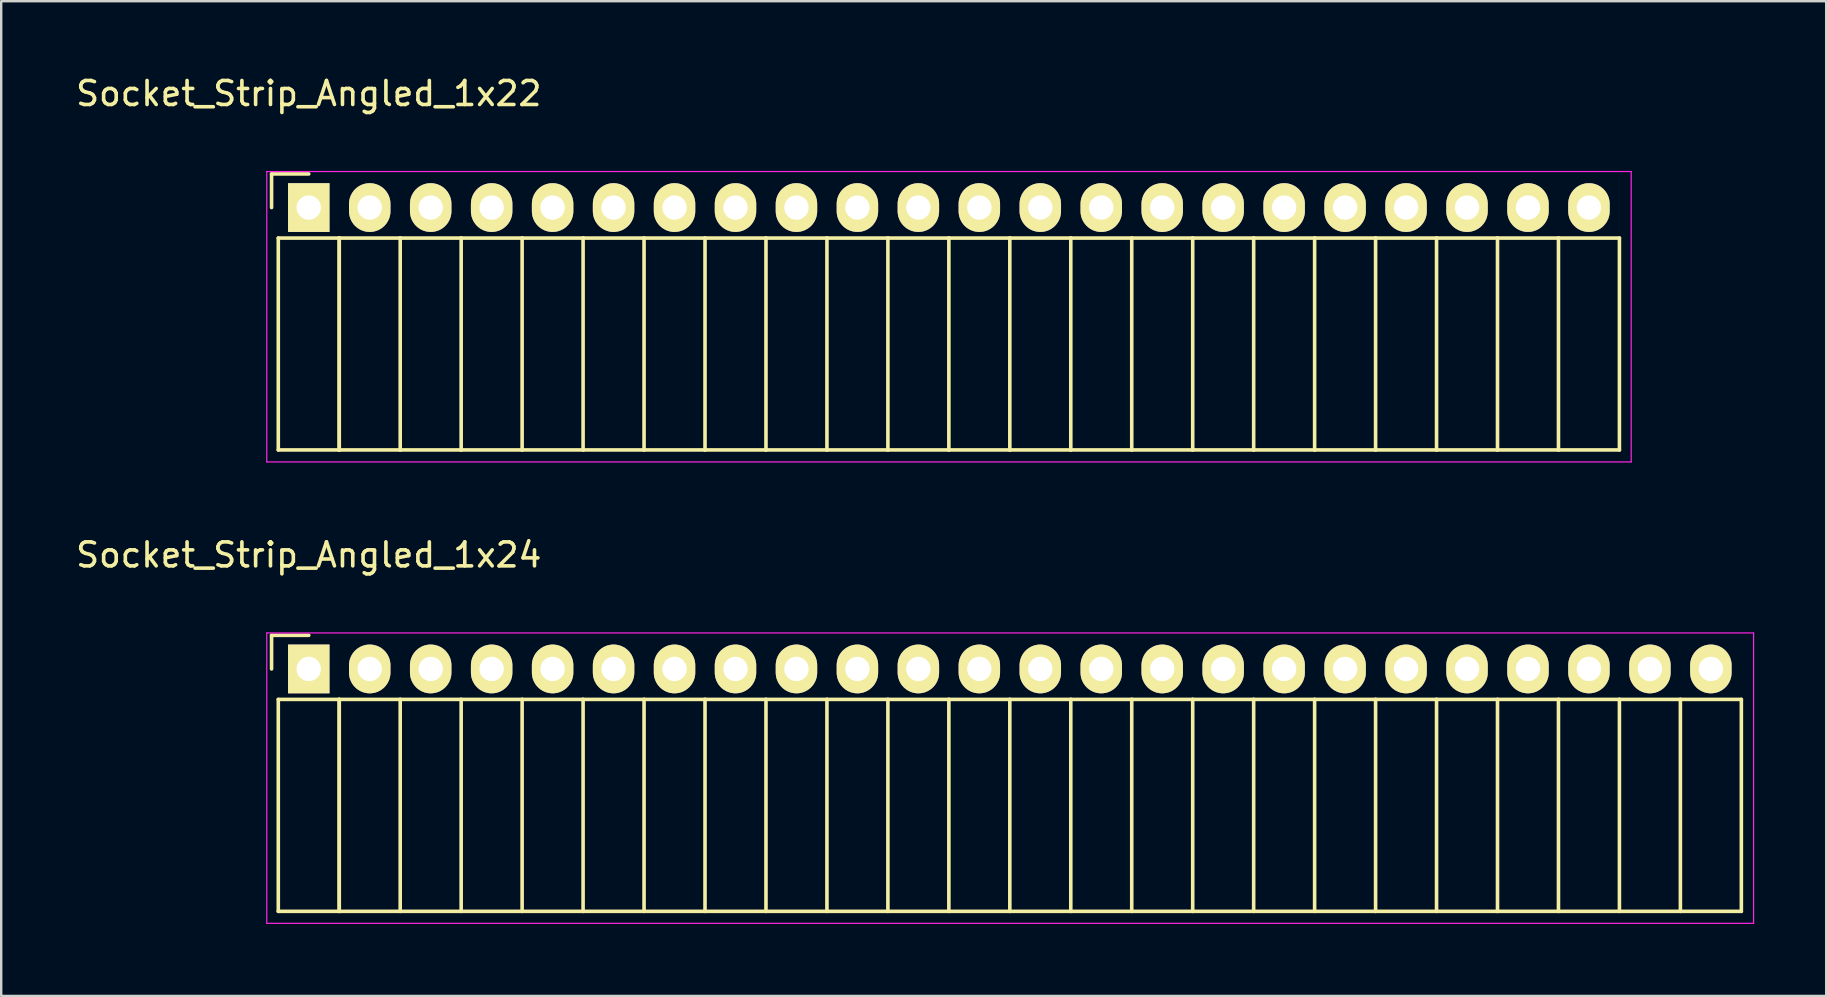
<source format=kicad_pcb>
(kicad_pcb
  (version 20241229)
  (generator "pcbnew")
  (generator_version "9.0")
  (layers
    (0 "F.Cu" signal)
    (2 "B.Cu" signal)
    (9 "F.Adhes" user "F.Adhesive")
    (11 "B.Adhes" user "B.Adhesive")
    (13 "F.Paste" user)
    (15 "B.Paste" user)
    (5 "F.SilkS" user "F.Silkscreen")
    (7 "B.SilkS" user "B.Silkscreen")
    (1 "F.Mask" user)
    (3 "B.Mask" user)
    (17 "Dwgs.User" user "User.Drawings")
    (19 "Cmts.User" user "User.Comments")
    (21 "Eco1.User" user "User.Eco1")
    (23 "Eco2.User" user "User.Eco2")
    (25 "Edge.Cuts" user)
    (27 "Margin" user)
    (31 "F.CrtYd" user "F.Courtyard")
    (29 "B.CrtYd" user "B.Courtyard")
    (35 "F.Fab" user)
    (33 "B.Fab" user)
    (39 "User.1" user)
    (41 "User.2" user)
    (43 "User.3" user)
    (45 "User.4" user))
  (footprint "Socket_Strip_Angled_1x24"
    (layer "F.Cu")
    (at 9.815 24.822)
    (property "Reference" "Socket_Strip_Angled_1x24" (at 0 -4.75 0) (layer "F.SilkS") (effects (font (size 1 1) (thickness 0.15))))
    (attr through_hole)
    (fp_line (start -1.55 -1.4) (end -1.55 0) (stroke (width 0.15) (type solid)) (layer "F.SilkS"))
    (fp_line (start -1.27 1.27) (end -1.27 10.1) (stroke (width 0.15) (type solid)) (layer "F.SilkS"))
    (fp_line (start -1.27 1.27) (end 1.27 1.27) (stroke (width 0.15) (type solid)) (layer "F.SilkS"))
    (fp_line (start -1.27 10.1) (end 1.27 10.1) (stroke (width 0.15) (type solid)) (layer "F.SilkS"))
    (fp_line (start 0 -1.4) (end -1.55 -1.4) (stroke (width 0.15) (type solid)) (layer "F.SilkS"))
    (fp_line (start 1.27 1.27) (end 1.27 10.1) (stroke (width 0.15) (type solid)) (layer "F.SilkS"))
    (fp_line (start 1.27 1.27) (end 3.81 1.27) (stroke (width 0.15) (type solid)) (layer "F.SilkS"))
    (fp_line (start 1.27 10.1) (end 1.27 1.27) (stroke (width 0.15) (type solid)) (layer "F.SilkS"))
    (fp_line (start 1.27 10.1) (end 3.81 10.1) (stroke (width 0.15) (type solid)) (layer "F.SilkS"))
    (fp_line (start 3.81 1.27) (end 6.35 1.27) (stroke (width 0.15) (type solid)) (layer "F.SilkS"))
    (fp_line (start 3.81 10.1) (end 3.81 1.27) (stroke (width 0.15) (type solid)) (layer "F.SilkS"))
    (fp_line (start 3.81 10.1) (end 6.35 10.1) (stroke (width 0.15) (type solid)) (layer "F.SilkS"))
    (fp_line (start 6.35 1.27) (end 8.89 1.27) (stroke (width 0.15) (type solid)) (layer "F.SilkS"))
    (fp_line (start 6.35 10.1) (end 6.35 1.27) (stroke (width 0.15) (type solid)) (layer "F.SilkS"))
    (fp_line (start 6.35 10.1) (end 8.89 10.1) (stroke (width 0.15) (type solid)) (layer "F.SilkS"))
    (fp_line (start 8.89 1.27) (end 11.43 1.27) (stroke (width 0.15) (type solid)) (layer "F.SilkS"))
    (fp_line (start 8.89 10.1) (end 8.89 1.27) (stroke (width 0.15) (type solid)) (layer "F.SilkS"))
    (fp_line (start 8.89 10.1) (end 11.43 10.1) (stroke (width 0.15) (type solid)) (layer "F.SilkS"))
    (fp_line (start 11.43 1.27) (end 13.97 1.27) (stroke (width 0.15) (type solid)) (layer "F.SilkS"))
    (fp_line (start 11.43 10.1) (end 11.43 1.27) (stroke (width 0.15) (type solid)) (layer "F.SilkS"))
    (fp_line (start 11.43 10.1) (end 13.97 10.1) (stroke (width 0.15) (type solid)) (layer "F.SilkS"))
    (fp_line (start 13.97 1.27) (end 16.51 1.27) (stroke (width 0.15) (type solid)) (layer "F.SilkS"))
    (fp_line (start 13.97 10.1) (end 13.97 1.27) (stroke (width 0.15) (type solid)) (layer "F.SilkS"))
    (fp_line (start 13.97 10.1) (end 16.51 10.1) (stroke (width 0.15) (type solid)) (layer "F.SilkS"))
    (fp_line (start 16.51 1.27) (end 19.05 1.27) (stroke (width 0.15) (type solid)) (layer "F.SilkS"))
    (fp_line (start 16.51 10.1) (end 16.51 1.27) (stroke (width 0.15) (type solid)) (layer "F.SilkS"))
    (fp_line (start 16.51 10.1) (end 19.05 10.1) (stroke (width 0.15) (type solid)) (layer "F.SilkS"))
    (fp_line (start 19.05 1.27) (end 21.59 1.27) (stroke (width 0.15) (type solid)) (layer "F.SilkS"))
    (fp_line (start 19.05 10.1) (end 19.05 1.27) (stroke (width 0.15) (type solid)) (layer "F.SilkS"))
    (fp_line (start 19.05 10.1) (end 21.59 10.1) (stroke (width 0.15) (type solid)) (layer "F.SilkS"))
    (fp_line (start 21.59 1.27) (end 24.13 1.27) (stroke (width 0.15) (type solid)) (layer "F.SilkS"))
    (fp_line (start 21.59 10.1) (end 21.59 1.27) (stroke (width 0.15) (type solid)) (layer "F.SilkS"))
    (fp_line (start 21.59 10.1) (end 24.13 10.1) (stroke (width 0.15) (type solid)) (layer "F.SilkS"))
    (fp_line (start 24.13 1.27) (end 26.67 1.27) (stroke (width 0.15) (type solid)) (layer "F.SilkS"))
    (fp_line (start 24.13 10.1) (end 24.13 1.27) (stroke (width 0.15) (type solid)) (layer "F.SilkS"))
    (fp_line (start 24.13 10.1) (end 26.67 10.1) (stroke (width 0.15) (type solid)) (layer "F.SilkS"))
    (fp_line (start 26.67 1.27) (end 29.21 1.27) (stroke (width 0.15) (type solid)) (layer "F.SilkS"))
    (fp_line (start 26.67 10.1) (end 26.67 1.27) (stroke (width 0.15) (type solid)) (layer "F.SilkS"))
    (fp_line (start 26.67 10.1) (end 29.21 10.1) (stroke (width 0.15) (type solid)) (layer "F.SilkS"))
    (fp_line (start 29.21 1.27) (end 31.75 1.27) (stroke (width 0.15) (type solid)) (layer "F.SilkS"))
    (fp_line (start 29.21 10.1) (end 29.21 1.27) (stroke (width 0.15) (type solid)) (layer "F.SilkS"))
    (fp_line (start 29.21 10.1) (end 31.75 10.1) (stroke (width 0.15) (type solid)) (layer "F.SilkS"))
    (fp_line (start 31.75 1.27) (end 34.29 1.27) (stroke (width 0.15) (type solid)) (layer "F.SilkS"))
    (fp_line (start 31.75 10.1) (end 31.75 1.27) (stroke (width 0.15) (type solid)) (layer "F.SilkS"))
    (fp_line (start 31.75 10.1) (end 34.29 10.1) (stroke (width 0.15) (type solid)) (layer "F.SilkS"))
    (fp_line (start 34.29 1.27) (end 36.83 1.27) (stroke (width 0.15) (type solid)) (layer "F.SilkS"))
    (fp_line (start 34.29 10.1) (end 34.29 1.27) (stroke (width 0.15) (type solid)) (layer "F.SilkS"))
    (fp_line (start 34.29 10.1) (end 36.83 10.1) (stroke (width 0.15) (type solid)) (layer "F.SilkS"))
    (fp_line (start 36.83 1.27) (end 39.37 1.27) (stroke (width 0.15) (type solid)) (layer "F.SilkS"))
    (fp_line (start 36.83 10.1) (end 36.83 1.27) (stroke (width 0.15) (type solid)) (layer "F.SilkS"))
    (fp_line (start 36.83 10.1) (end 39.37 10.1) (stroke (width 0.15) (type solid)) (layer "F.SilkS"))
    (fp_line (start 39.37 1.27) (end 41.91 1.27) (stroke (width 0.15) (type solid)) (layer "F.SilkS"))
    (fp_line (start 39.37 10.1) (end 39.37 1.27) (stroke (width 0.15) (type solid)) (layer "F.SilkS"))
    (fp_line (start 39.37 10.1) (end 41.91 10.1) (stroke (width 0.15) (type solid)) (layer "F.SilkS"))
    (fp_line (start 41.91 1.27) (end 44.45 1.27) (stroke (width 0.15) (type solid)) (layer "F.SilkS"))
    (fp_line (start 41.91 10.1) (end 41.91 1.27) (stroke (width 0.15) (type solid)) (layer "F.SilkS"))
    (fp_line (start 41.91 10.1) (end 44.45 10.1) (stroke (width 0.15) (type solid)) (layer "F.SilkS"))
    (fp_line (start 44.45 1.27) (end 46.99 1.27) (stroke (width 0.15) (type solid)) (layer "F.SilkS"))
    (fp_line (start 44.45 10.1) (end 44.45 1.27) (stroke (width 0.15) (type solid)) (layer "F.SilkS"))
    (fp_line (start 44.45 10.1) (end 46.99 10.1) (stroke (width 0.15) (type solid)) (layer "F.SilkS"))
    (fp_line (start 46.99 1.27) (end 49.53 1.27) (stroke (width 0.15) (type solid)) (layer "F.SilkS"))
    (fp_line (start 46.99 10.1) (end 46.99 1.27) (stroke (width 0.15) (type solid)) (layer "F.SilkS"))
    (fp_line (start 46.99 10.1) (end 49.53 10.1) (stroke (width 0.15) (type solid)) (layer "F.SilkS"))
    (fp_line (start 49.53 1.27) (end 52.07 1.27) (stroke (width 0.15) (type solid)) (layer "F.SilkS"))
    (fp_line (start 49.53 10.1) (end 49.53 1.27) (stroke (width 0.15) (type solid)) (layer "F.SilkS"))
    (fp_line (start 49.53 10.1) (end 52.07 10.1) (stroke (width 0.15) (type solid)) (layer "F.SilkS"))
    (fp_line (start 52.07 1.27) (end 54.61 1.27) (stroke (width 0.15) (type solid)) (layer "F.SilkS"))
    (fp_line (start 52.07 10.1) (end 52.07 1.27) (stroke (width 0.15) (type solid)) (layer "F.SilkS"))
    (fp_line (start 52.07 10.1) (end 54.61 10.1) (stroke (width 0.15) (type solid)) (layer "F.SilkS"))
    (fp_line (start 54.61 1.27) (end 57.15 1.27) (stroke (width 0.15) (type solid)) (layer "F.SilkS"))
    (fp_line (start 54.61 10.1) (end 54.61 1.27) (stroke (width 0.15) (type solid)) (layer "F.SilkS"))
    (fp_line (start 54.61 10.1) (end 57.15 10.1) (stroke (width 0.15) (type solid)) (layer "F.SilkS"))
    (fp_line (start 57.15 1.27) (end 59.69 1.27) (stroke (width 0.15) (type solid)) (layer "F.SilkS"))
    (fp_line (start 57.15 10.1) (end 57.15 1.27) (stroke (width 0.15) (type solid)) (layer "F.SilkS"))
    (fp_line (start 57.15 10.1) (end 59.69 10.1) (stroke (width 0.15) (type solid)) (layer "F.SilkS"))
    (fp_line (start 59.69 10.1) (end 59.69 1.27) (stroke (width 0.15) (type solid)) (layer "F.SilkS"))
    (fp_line (start -1.75 -1.5) (end -1.75 10.6) (stroke (width 0.05) (type solid)) (layer "F.CrtYd"))
    (fp_line (start -1.75 -1.5) (end 60.2 -1.5) (stroke (width 0.05) (type solid)) (layer "F.CrtYd"))
    (fp_line (start -1.75 10.6) (end 60.2 10.6) (stroke (width 0.05) (type solid)) (layer "F.CrtYd"))
    (fp_line (start 60.2 -1.5) (end 60.2 10.6) (stroke (width 0.05) (type solid)) (layer "F.CrtYd"))
    (pad "1" thru_hole rect (at 0 0) (size 1.727 2.032) (drill 1.016) (layers "*.Cu" "*.Mask" "F.SilkS"))
    (pad "2" thru_hole oval (at 2.54 0) (size 1.727 2.032) (drill 1.016) (layers "*.Cu" "*.Mask" "F.SilkS"))
    (pad "3" thru_hole oval (at 5.08 0) (size 1.727 2.032) (drill 1.016) (layers "*.Cu" "*.Mask" "F.SilkS"))
    (pad "4" thru_hole oval (at 7.62 0) (size 1.727 2.032) (drill 1.016) (layers "*.Cu" "*.Mask" "F.SilkS"))
    (pad "5" thru_hole oval (at 10.16 0) (size 1.727 2.032) (drill 1.016) (layers "*.Cu" "*.Mask" "F.SilkS"))
    (pad "6" thru_hole oval (at 12.7 0) (size 1.727 2.032) (drill 1.016) (layers "*.Cu" "*.Mask" "F.SilkS"))
    (pad "7" thru_hole oval (at 15.24 0) (size 1.727 2.032) (drill 1.016) (layers "*.Cu" "*.Mask" "F.SilkS"))
    (pad "8" thru_hole oval (at 17.78 0) (size 1.727 2.032) (drill 1.016) (layers "*.Cu" "*.Mask" "F.SilkS"))
    (pad "9" thru_hole oval (at 20.32 0) (size 1.727 2.032) (drill 1.016) (layers "*.Cu" "*.Mask" "F.SilkS"))
    (pad "10" thru_hole oval (at 22.86 0) (size 1.727 2.032) (drill 1.016) (layers "*.Cu" "*.Mask" "F.SilkS"))
    (pad "11" thru_hole oval (at 25.4 0) (size 1.727 2.032) (drill 1.016) (layers "*.Cu" "*.Mask" "F.SilkS"))
    (pad "12" thru_hole oval (at 27.94 0) (size 1.727 2.032) (drill 1.016) (layers "*.Cu" "*.Mask" "F.SilkS"))
    (pad "13" thru_hole oval (at 30.48 0) (size 1.727 2.032) (drill 1.016) (layers "*.Cu" "*.Mask" "F.SilkS"))
    (pad "14" thru_hole oval (at 33.02 0) (size 1.727 2.032) (drill 1.016) (layers "*.Cu" "*.Mask" "F.SilkS"))
    (pad "15" thru_hole oval (at 35.56 0) (size 1.727 2.032) (drill 1.016) (layers "*.Cu" "*.Mask" "F.SilkS"))
    (pad "16" thru_hole oval (at 38.1 0) (size 1.727 2.032) (drill 1.016) (layers "*.Cu" "*.Mask" "F.SilkS"))
    (pad "17" thru_hole oval (at 40.64 0) (size 1.727 2.032) (drill 1.016) (layers "*.Cu" "*.Mask" "F.SilkS"))
    (pad "18" thru_hole oval (at 43.18 0) (size 1.727 2.032) (drill 1.016) (layers "*.Cu" "*.Mask" "F.SilkS"))
    (pad "19" thru_hole oval (at 45.72 0) (size 1.727 2.032) (drill 1.016) (layers "*.Cu" "*.Mask" "F.SilkS"))
    (pad "20" thru_hole oval (at 48.26 0) (size 1.727 2.032) (drill 1.016) (layers "*.Cu" "*.Mask" "F.SilkS"))
    (pad "21" thru_hole oval (at 50.8 0) (size 1.727 2.032) (drill 1.016) (layers "*.Cu" "*.Mask" "F.SilkS"))
    (pad "22" thru_hole oval (at 53.34 0) (size 1.727 2.032) (drill 1.016) (layers "*.Cu" "*.Mask" "F.SilkS"))
    (pad "23" thru_hole oval (at 55.88 0) (size 1.727 2.032) (drill 1.016) (layers "*.Cu" "*.Mask" "F.SilkS"))
    (pad "24" thru_hole oval (at 58.42 0) (size 1.727 2.032) (drill 1.016) (layers "*.Cu" "*.Mask" "F.SilkS")))
  (footprint "Socket_Strip_Angled_1x22"
    (layer "F.Cu")
    (at 9.815 5.598)
    (property "Reference" "Socket_Strip_Angled_1x22" (at 0 -4.75 0) (layer "F.SilkS") (effects (font (size 1 1) (thickness 0.15))))
    (attr through_hole)
    (fp_line (start -1.55 -1.4) (end -1.55 0) (stroke (width 0.15) (type solid)) (layer "F.SilkS"))
    (fp_line (start -1.27 1.27) (end -1.27 10.1) (stroke (width 0.15) (type solid)) (layer "F.SilkS"))
    (fp_line (start -1.27 1.27) (end 1.27 1.27) (stroke (width 0.15) (type solid)) (layer "F.SilkS"))
    (fp_line (start -1.27 10.1) (end 1.27 10.1) (stroke (width 0.15) (type solid)) (layer "F.SilkS"))
    (fp_line (start 0 -1.4) (end -1.55 -1.4) (stroke (width 0.15) (type solid)) (layer "F.SilkS"))
    (fp_line (start 1.27 1.27) (end 1.27 10.1) (stroke (width 0.15) (type solid)) (layer "F.SilkS"))
    (fp_line (start 1.27 1.27) (end 3.81 1.27) (stroke (width 0.15) (type solid)) (layer "F.SilkS"))
    (fp_line (start 1.27 10.1) (end 1.27 1.27) (stroke (width 0.15) (type solid)) (layer "F.SilkS"))
    (fp_line (start 1.27 10.1) (end 3.81 10.1) (stroke (width 0.15) (type solid)) (layer "F.SilkS"))
    (fp_line (start 3.81 1.27) (end 6.35 1.27) (stroke (width 0.15) (type solid)) (layer "F.SilkS"))
    (fp_line (start 3.81 10.1) (end 3.81 1.27) (stroke (width 0.15) (type solid)) (layer "F.SilkS"))
    (fp_line (start 3.81 10.1) (end 6.35 10.1) (stroke (width 0.15) (type solid)) (layer "F.SilkS"))
    (fp_line (start 6.35 1.27) (end 8.89 1.27) (stroke (width 0.15) (type solid)) (layer "F.SilkS"))
    (fp_line (start 6.35 10.1) (end 6.35 1.27) (stroke (width 0.15) (type solid)) (layer "F.SilkS"))
    (fp_line (start 6.35 10.1) (end 8.89 10.1) (stroke (width 0.15) (type solid)) (layer "F.SilkS"))
    (fp_line (start 8.89 1.27) (end 11.43 1.27) (stroke (width 0.15) (type solid)) (layer "F.SilkS"))
    (fp_line (start 8.89 10.1) (end 8.89 1.27) (stroke (width 0.15) (type solid)) (layer "F.SilkS"))
    (fp_line (start 8.89 10.1) (end 11.43 10.1) (stroke (width 0.15) (type solid)) (layer "F.SilkS"))
    (fp_line (start 11.43 1.27) (end 13.97 1.27) (stroke (width 0.15) (type solid)) (layer "F.SilkS"))
    (fp_line (start 11.43 10.1) (end 11.43 1.27) (stroke (width 0.15) (type solid)) (layer "F.SilkS"))
    (fp_line (start 11.43 10.1) (end 13.97 10.1) (stroke (width 0.15) (type solid)) (layer "F.SilkS"))
    (fp_line (start 13.97 1.27) (end 16.51 1.27) (stroke (width 0.15) (type solid)) (layer "F.SilkS"))
    (fp_line (start 13.97 10.1) (end 13.97 1.27) (stroke (width 0.15) (type solid)) (layer "F.SilkS"))
    (fp_line (start 13.97 10.1) (end 16.51 10.1) (stroke (width 0.15) (type solid)) (layer "F.SilkS"))
    (fp_line (start 16.51 1.27) (end 19.05 1.27) (stroke (width 0.15) (type solid)) (layer "F.SilkS"))
    (fp_line (start 16.51 10.1) (end 16.51 1.27) (stroke (width 0.15) (type solid)) (layer "F.SilkS"))
    (fp_line (start 16.51 10.1) (end 19.05 10.1) (stroke (width 0.15) (type solid)) (layer "F.SilkS"))
    (fp_line (start 19.05 1.27) (end 21.59 1.27) (stroke (width 0.15) (type solid)) (layer "F.SilkS"))
    (fp_line (start 19.05 10.1) (end 19.05 1.27) (stroke (width 0.15) (type solid)) (layer "F.SilkS"))
    (fp_line (start 19.05 10.1) (end 21.59 10.1) (stroke (width 0.15) (type solid)) (layer "F.SilkS"))
    (fp_line (start 21.59 1.27) (end 24.13 1.27) (stroke (width 0.15) (type solid)) (layer "F.SilkS"))
    (fp_line (start 21.59 10.1) (end 21.59 1.27) (stroke (width 0.15) (type solid)) (layer "F.SilkS"))
    (fp_line (start 21.59 10.1) (end 24.13 10.1) (stroke (width 0.15) (type solid)) (layer "F.SilkS"))
    (fp_line (start 24.13 1.27) (end 26.67 1.27) (stroke (width 0.15) (type solid)) (layer "F.SilkS"))
    (fp_line (start 24.13 10.1) (end 24.13 1.27) (stroke (width 0.15) (type solid)) (layer "F.SilkS"))
    (fp_line (start 24.13 10.1) (end 26.67 10.1) (stroke (width 0.15) (type solid)) (layer "F.SilkS"))
    (fp_line (start 26.67 1.27) (end 29.21 1.27) (stroke (width 0.15) (type solid)) (layer "F.SilkS"))
    (fp_line (start 26.67 10.1) (end 26.67 1.27) (stroke (width 0.15) (type solid)) (layer "F.SilkS"))
    (fp_line (start 26.67 10.1) (end 29.21 10.1) (stroke (width 0.15) (type solid)) (layer "F.SilkS"))
    (fp_line (start 29.21 1.27) (end 31.75 1.27) (stroke (width 0.15) (type solid)) (layer "F.SilkS"))
    (fp_line (start 29.21 10.1) (end 29.21 1.27) (stroke (width 0.15) (type solid)) (layer "F.SilkS"))
    (fp_line (start 29.21 10.1) (end 31.75 10.1) (stroke (width 0.15) (type solid)) (layer "F.SilkS"))
    (fp_line (start 31.75 1.27) (end 34.29 1.27) (stroke (width 0.15) (type solid)) (layer "F.SilkS"))
    (fp_line (start 31.75 10.1) (end 31.75 1.27) (stroke (width 0.15) (type solid)) (layer "F.SilkS"))
    (fp_line (start 31.75 10.1) (end 34.29 10.1) (stroke (width 0.15) (type solid)) (layer "F.SilkS"))
    (fp_line (start 34.29 1.27) (end 36.83 1.27) (stroke (width 0.15) (type solid)) (layer "F.SilkS"))
    (fp_line (start 34.29 10.1) (end 34.29 1.27) (stroke (width 0.15) (type solid)) (layer "F.SilkS"))
    (fp_line (start 34.29 10.1) (end 36.83 10.1) (stroke (width 0.15) (type solid)) (layer "F.SilkS"))
    (fp_line (start 36.83 1.27) (end 39.37 1.27) (stroke (width 0.15) (type solid)) (layer "F.SilkS"))
    (fp_line (start 36.83 10.1) (end 36.83 1.27) (stroke (width 0.15) (type solid)) (layer "F.SilkS"))
    (fp_line (start 36.83 10.1) (end 39.37 10.1) (stroke (width 0.15) (type solid)) (layer "F.SilkS"))
    (fp_line (start 39.37 1.27) (end 41.91 1.27) (stroke (width 0.15) (type solid)) (layer "F.SilkS"))
    (fp_line (start 39.37 10.1) (end 39.37 1.27) (stroke (width 0.15) (type solid)) (layer "F.SilkS"))
    (fp_line (start 39.37 10.1) (end 41.91 10.1) (stroke (width 0.15) (type solid)) (layer "F.SilkS"))
    (fp_line (start 41.91 1.27) (end 44.45 1.27) (stroke (width 0.15) (type solid)) (layer "F.SilkS"))
    (fp_line (start 41.91 10.1) (end 41.91 1.27) (stroke (width 0.15) (type solid)) (layer "F.SilkS"))
    (fp_line (start 41.91 10.1) (end 44.45 10.1) (stroke (width 0.15) (type solid)) (layer "F.SilkS"))
    (fp_line (start 44.45 1.27) (end 46.99 1.27) (stroke (width 0.15) (type solid)) (layer "F.SilkS"))
    (fp_line (start 44.45 10.1) (end 44.45 1.27) (stroke (width 0.15) (type solid)) (layer "F.SilkS"))
    (fp_line (start 44.45 10.1) (end 46.99 10.1) (stroke (width 0.15) (type solid)) (layer "F.SilkS"))
    (fp_line (start 46.99 1.27) (end 49.53 1.27) (stroke (width 0.15) (type solid)) (layer "F.SilkS"))
    (fp_line (start 46.99 10.1) (end 46.99 1.27) (stroke (width 0.15) (type solid)) (layer "F.SilkS"))
    (fp_line (start 46.99 10.1) (end 49.53 10.1) (stroke (width 0.15) (type solid)) (layer "F.SilkS"))
    (fp_line (start 49.53 1.27) (end 52.07 1.27) (stroke (width 0.15) (type solid)) (layer "F.SilkS"))
    (fp_line (start 49.53 10.1) (end 49.53 1.27) (stroke (width 0.15) (type solid)) (layer "F.SilkS"))
    (fp_line (start 49.53 10.1) (end 52.07 10.1) (stroke (width 0.15) (type solid)) (layer "F.SilkS"))
    (fp_line (start 52.07 1.27) (end 54.61 1.27) (stroke (width 0.15) (type solid)) (layer "F.SilkS"))
    (fp_line (start 52.07 10.1) (end 52.07 1.27) (stroke (width 0.15) (type solid)) (layer "F.SilkS"))
    (fp_line (start 52.07 10.1) (end 54.61 10.1) (stroke (width 0.15) (type solid)) (layer "F.SilkS"))
    (fp_line (start 54.61 10.1) (end 54.61 1.27) (stroke (width 0.15) (type solid)) (layer "F.SilkS"))
    (fp_line (start -1.75 -1.5) (end -1.75 10.6) (stroke (width 0.05) (type solid)) (layer "F.CrtYd"))
    (fp_line (start -1.75 -1.5) (end 55.1 -1.5) (stroke (width 0.05) (type solid)) (layer "F.CrtYd"))
    (fp_line (start -1.75 10.6) (end 55.1 10.6) (stroke (width 0.05) (type solid)) (layer "F.CrtYd"))
    (fp_line (start 55.1 -1.5) (end 55.1 10.6) (stroke (width 0.05) (type solid)) (layer "F.CrtYd"))
    (pad "1" thru_hole rect (at 0 0) (size 1.727 2.032) (drill 1.016) (layers "*.Cu" "*.Mask" "F.SilkS"))
    (pad "2" thru_hole oval (at 2.54 0) (size 1.727 2.032) (drill 1.016) (layers "*.Cu" "*.Mask" "F.SilkS"))
    (pad "3" thru_hole oval (at 5.08 0) (size 1.727 2.032) (drill 1.016) (layers "*.Cu" "*.Mask" "F.SilkS"))
    (pad "4" thru_hole oval (at 7.62 0) (size 1.727 2.032) (drill 1.016) (layers "*.Cu" "*.Mask" "F.SilkS"))
    (pad "5" thru_hole oval (at 10.16 0) (size 1.727 2.032) (drill 1.016) (layers "*.Cu" "*.Mask" "F.SilkS"))
    (pad "6" thru_hole oval (at 12.7 0) (size 1.727 2.032) (drill 1.016) (layers "*.Cu" "*.Mask" "F.SilkS"))
    (pad "7" thru_hole oval (at 15.24 0) (size 1.727 2.032) (drill 1.016) (layers "*.Cu" "*.Mask" "F.SilkS"))
    (pad "8" thru_hole oval (at 17.78 0) (size 1.727 2.032) (drill 1.016) (layers "*.Cu" "*.Mask" "F.SilkS"))
    (pad "9" thru_hole oval (at 20.32 0) (size 1.727 2.032) (drill 1.016) (layers "*.Cu" "*.Mask" "F.SilkS"))
    (pad "10" thru_hole oval (at 22.86 0) (size 1.727 2.032) (drill 1.016) (layers "*.Cu" "*.Mask" "F.SilkS"))
    (pad "11" thru_hole oval (at 25.4 0) (size 1.727 2.032) (drill 1.016) (layers "*.Cu" "*.Mask" "F.SilkS"))
    (pad "12" thru_hole oval (at 27.94 0) (size 1.727 2.032) (drill 1.016) (layers "*.Cu" "*.Mask" "F.SilkS"))
    (pad "13" thru_hole oval (at 30.48 0) (size 1.727 2.032) (drill 1.016) (layers "*.Cu" "*.Mask" "F.SilkS"))
    (pad "14" thru_hole oval (at 33.02 0) (size 1.727 2.032) (drill 1.016) (layers "*.Cu" "*.Mask" "F.SilkS"))
    (pad "15" thru_hole oval (at 35.56 0) (size 1.727 2.032) (drill 1.016) (layers "*.Cu" "*.Mask" "F.SilkS"))
    (pad "16" thru_hole oval (at 38.1 0) (size 1.727 2.032) (drill 1.016) (layers "*.Cu" "*.Mask" "F.SilkS"))
    (pad "17" thru_hole oval (at 40.64 0) (size 1.727 2.032) (drill 1.016) (layers "*.Cu" "*.Mask" "F.SilkS"))
    (pad "18" thru_hole oval (at 43.18 0) (size 1.727 2.032) (drill 1.016) (layers "*.Cu" "*.Mask" "F.SilkS"))
    (pad "19" thru_hole oval (at 45.72 0) (size 1.727 2.032) (drill 1.016) (layers "*.Cu" "*.Mask" "F.SilkS"))
    (pad "20" thru_hole oval (at 48.26 0) (size 1.727 2.032) (drill 1.016) (layers "*.Cu" "*.Mask" "F.SilkS"))
    (pad "21" thru_hole oval (at 50.8 0) (size 1.727 2.032) (drill 1.016) (layers "*.Cu" "*.Mask" "F.SilkS"))
    (pad "22" thru_hole oval (at 53.34 0) (size 1.727 2.032) (drill 1.016) (layers "*.Cu" "*.Mask" "F.SilkS")))
  (gr_rect
    (start -3 -3)
    (end 73.04 38.447)
    (stroke (width 0.1) (type default))
    (fill no)
    (layer "Edge.Cuts")))
</source>
